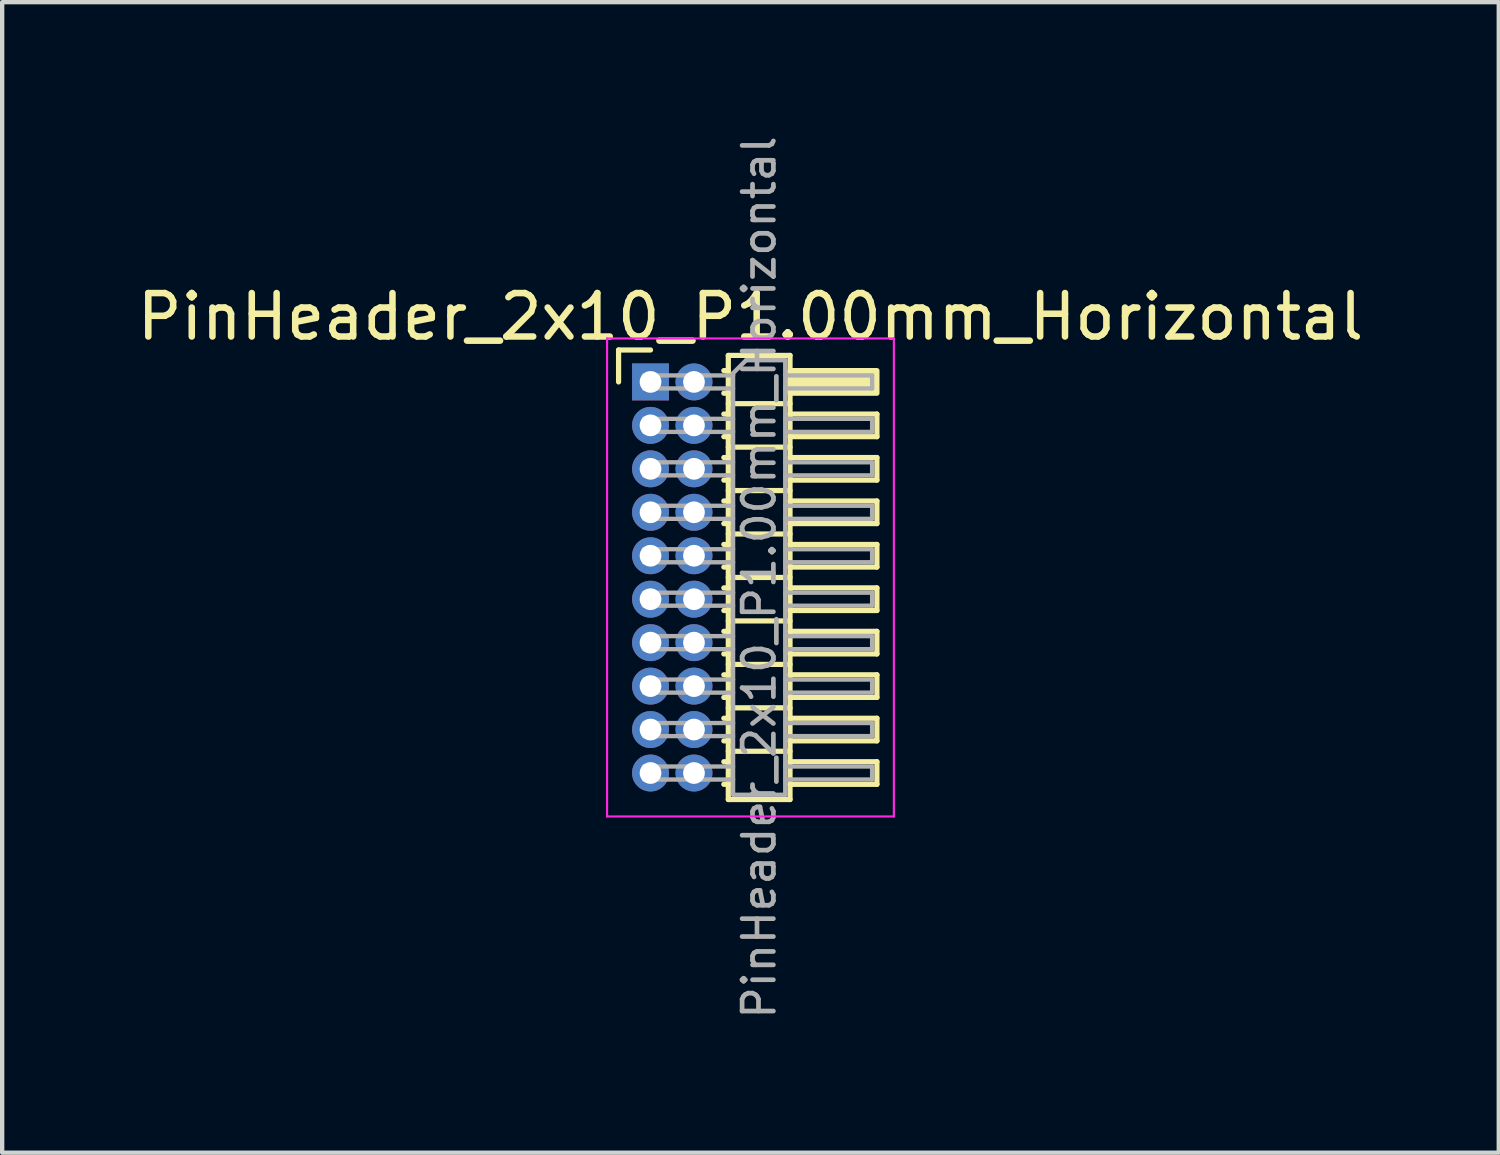
<source format=kicad_pcb>
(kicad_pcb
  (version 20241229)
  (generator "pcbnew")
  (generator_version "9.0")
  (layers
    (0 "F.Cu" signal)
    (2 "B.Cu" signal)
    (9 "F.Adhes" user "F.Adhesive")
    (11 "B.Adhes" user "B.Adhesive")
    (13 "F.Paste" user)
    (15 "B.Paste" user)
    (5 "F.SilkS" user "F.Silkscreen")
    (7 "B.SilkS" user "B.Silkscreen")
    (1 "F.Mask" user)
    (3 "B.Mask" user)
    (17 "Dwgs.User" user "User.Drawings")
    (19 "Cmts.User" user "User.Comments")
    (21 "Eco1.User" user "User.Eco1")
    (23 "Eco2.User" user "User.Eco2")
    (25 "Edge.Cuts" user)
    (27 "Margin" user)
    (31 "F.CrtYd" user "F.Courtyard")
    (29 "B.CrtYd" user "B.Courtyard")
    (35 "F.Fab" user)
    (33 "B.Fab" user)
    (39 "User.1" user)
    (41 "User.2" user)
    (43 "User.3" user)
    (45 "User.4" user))
  (footprint "PinHeader_2x10_P1.00mm_Horizontal"
    (layer "F.Cu")
    (at 11.92 5.739)
    (property "Reference" "PinHeader_2x10_P1.00mm_Horizontal" (at 2.3 -1.5 0) (layer "F.SilkS") (effects (font (size 1 1) (thickness 0.15))))
    (attr through_hole)
    (fp_line (start -0.735 -0.735) (end 0 -0.735) (stroke (width 0.12) (type solid)) (layer "F.SilkS"))
    (fp_line (start -0.735 0) (end -0.735 -0.735) (stroke (width 0.12) (type solid)) (layer "F.SilkS"))
    (fp_line (start 1.687 -0.26) (end 1.79 -0.26) (stroke (width 0.12) (type solid)) (layer "F.SilkS"))
    (fp_line (start 1.687 0.26) (end 1.79 0.26) (stroke (width 0.12) (type solid)) (layer "F.SilkS"))
    (fp_line (start 1.687 0.74) (end 1.79 0.74) (stroke (width 0.12) (type solid)) (layer "F.SilkS"))
    (fp_line (start 1.687 1.26) (end 1.79 1.26) (stroke (width 0.12) (type solid)) (layer "F.SilkS"))
    (fp_line (start 1.687 1.74) (end 1.79 1.74) (stroke (width 0.12) (type solid)) (layer "F.SilkS"))
    (fp_line (start 1.687 2.26) (end 1.79 2.26) (stroke (width 0.12) (type solid)) (layer "F.SilkS"))
    (fp_line (start 1.687 2.74) (end 1.79 2.74) (stroke (width 0.12) (type solid)) (layer "F.SilkS"))
    (fp_line (start 1.687 3.26) (end 1.79 3.26) (stroke (width 0.12) (type solid)) (layer "F.SilkS"))
    (fp_line (start 1.687 3.74) (end 1.79 3.74) (stroke (width 0.12) (type solid)) (layer "F.SilkS"))
    (fp_line (start 1.687 4.26) (end 1.79 4.26) (stroke (width 0.12) (type solid)) (layer "F.SilkS"))
    (fp_line (start 1.687 4.74) (end 1.79 4.74) (stroke (width 0.12) (type solid)) (layer "F.SilkS"))
    (fp_line (start 1.687 5.26) (end 1.79 5.26) (stroke (width 0.12) (type solid)) (layer "F.SilkS"))
    (fp_line (start 1.687 5.74) (end 1.79 5.74) (stroke (width 0.12) (type solid)) (layer "F.SilkS"))
    (fp_line (start 1.687 6.26) (end 1.79 6.26) (stroke (width 0.12) (type solid)) (layer "F.SilkS"))
    (fp_line (start 1.687 6.74) (end 1.79 6.74) (stroke (width 0.12) (type solid)) (layer "F.SilkS"))
    (fp_line (start 1.687 7.26) (end 1.79 7.26) (stroke (width 0.12) (type solid)) (layer "F.SilkS"))
    (fp_line (start 1.687 7.74) (end 1.79 7.74) (stroke (width 0.12) (type solid)) (layer "F.SilkS"))
    (fp_line (start 1.687 8.26) (end 1.79 8.26) (stroke (width 0.12) (type solid)) (layer "F.SilkS"))
    (fp_line (start 1.687 8.74) (end 1.79 8.74) (stroke (width 0.12) (type solid)) (layer "F.SilkS"))
    (fp_line (start 1.687 9.26) (end 1.79 9.26) (stroke (width 0.12) (type solid)) (layer "F.SilkS"))
    (fp_line (start 1.79 -0.61) (end 1.79 9.61) (stroke (width 0.12) (type solid)) (layer "F.SilkS"))
    (fp_line (start 1.79 0.5) (end 3.21 0.5) (stroke (width 0.12) (type solid)) (layer "F.SilkS"))
    (fp_line (start 1.79 1.5) (end 3.21 1.5) (stroke (width 0.12) (type solid)) (layer "F.SilkS"))
    (fp_line (start 1.79 2.5) (end 3.21 2.5) (stroke (width 0.12) (type solid)) (layer "F.SilkS"))
    (fp_line (start 1.79 3.5) (end 3.21 3.5) (stroke (width 0.12) (type solid)) (layer "F.SilkS"))
    (fp_line (start 1.79 4.5) (end 3.21 4.5) (stroke (width 0.12) (type solid)) (layer "F.SilkS"))
    (fp_line (start 1.79 5.5) (end 3.21 5.5) (stroke (width 0.12) (type solid)) (layer "F.SilkS"))
    (fp_line (start 1.79 6.5) (end 3.21 6.5) (stroke (width 0.12) (type solid)) (layer "F.SilkS"))
    (fp_line (start 1.79 7.5) (end 3.21 7.5) (stroke (width 0.12) (type solid)) (layer "F.SilkS"))
    (fp_line (start 1.79 8.5) (end 3.21 8.5) (stroke (width 0.12) (type solid)) (layer "F.SilkS"))
    (fp_line (start 1.79 9.61) (end 3.21 9.61) (stroke (width 0.12) (type solid)) (layer "F.SilkS"))
    (fp_line (start 3.21 -0.61) (end 1.79 -0.61) (stroke (width 0.12) (type solid)) (layer "F.SilkS"))
    (fp_line (start 3.21 0.74) (end 5.21 0.74) (stroke (width 0.12) (type solid)) (layer "F.SilkS"))
    (fp_line (start 3.21 1.74) (end 5.21 1.74) (stroke (width 0.12) (type solid)) (layer "F.SilkS"))
    (fp_line (start 3.21 2.74) (end 5.21 2.74) (stroke (width 0.12) (type solid)) (layer "F.SilkS"))
    (fp_line (start 3.21 3.74) (end 5.21 3.74) (stroke (width 0.12) (type solid)) (layer "F.SilkS"))
    (fp_line (start 3.21 4.74) (end 5.21 4.74) (stroke (width 0.12) (type solid)) (layer "F.SilkS"))
    (fp_line (start 3.21 5.74) (end 5.21 5.74) (stroke (width 0.12) (type solid)) (layer "F.SilkS"))
    (fp_line (start 3.21 6.74) (end 5.21 6.74) (stroke (width 0.12) (type solid)) (layer "F.SilkS"))
    (fp_line (start 3.21 7.74) (end 5.21 7.74) (stroke (width 0.12) (type solid)) (layer "F.SilkS"))
    (fp_line (start 3.21 8.74) (end 5.21 8.74) (stroke (width 0.12) (type solid)) (layer "F.SilkS"))
    (fp_line (start 3.21 9.61) (end 3.21 -0.61) (stroke (width 0.12) (type solid)) (layer "F.SilkS"))
    (fp_line (start 5.21 0.74) (end 5.21 1.26) (stroke (width 0.12) (type solid)) (layer "F.SilkS"))
    (fp_line (start 5.21 1.26) (end 3.21 1.26) (stroke (width 0.12) (type solid)) (layer "F.SilkS"))
    (fp_line (start 5.21 1.74) (end 5.21 2.26) (stroke (width 0.12) (type solid)) (layer "F.SilkS"))
    (fp_line (start 5.21 2.26) (end 3.21 2.26) (stroke (width 0.12) (type solid)) (layer "F.SilkS"))
    (fp_line (start 5.21 2.74) (end 5.21 3.26) (stroke (width 0.12) (type solid)) (layer "F.SilkS"))
    (fp_line (start 5.21 3.26) (end 3.21 3.26) (stroke (width 0.12) (type solid)) (layer "F.SilkS"))
    (fp_line (start 5.21 3.74) (end 5.21 4.26) (stroke (width 0.12) (type solid)) (layer "F.SilkS"))
    (fp_line (start 5.21 4.26) (end 3.21 4.26) (stroke (width 0.12) (type solid)) (layer "F.SilkS"))
    (fp_line (start 5.21 4.74) (end 5.21 5.26) (stroke (width 0.12) (type solid)) (layer "F.SilkS"))
    (fp_line (start 5.21 5.26) (end 3.21 5.26) (stroke (width 0.12) (type solid)) (layer "F.SilkS"))
    (fp_line (start 5.21 5.74) (end 5.21 6.26) (stroke (width 0.12) (type solid)) (layer "F.SilkS"))
    (fp_line (start 5.21 6.26) (end 3.21 6.26) (stroke (width 0.12) (type solid)) (layer "F.SilkS"))
    (fp_line (start 5.21 6.74) (end 5.21 7.26) (stroke (width 0.12) (type solid)) (layer "F.SilkS"))
    (fp_line (start 5.21 7.26) (end 3.21 7.26) (stroke (width 0.12) (type solid)) (layer "F.SilkS"))
    (fp_line (start 5.21 7.74) (end 5.21 8.26) (stroke (width 0.12) (type solid)) (layer "F.SilkS"))
    (fp_line (start 5.21 8.26) (end 3.21 8.26) (stroke (width 0.12) (type solid)) (layer "F.SilkS"))
    (fp_line (start 5.21 8.74) (end 5.21 9.26) (stroke (width 0.12) (type solid)) (layer "F.SilkS"))
    (fp_line (start 5.21 9.26) (end 3.21 9.26) (stroke (width 0.12) (type solid)) (layer "F.SilkS"))
    (fp_rect (start 3.21 -0.26) (end 5.21 0.26) (stroke (width 0.12) (type solid)) (fill yes) (layer "F.SilkS"))
    (fp_line (start -1 -1) (end -1 10) (stroke (width 0.05) (type solid)) (layer "F.CrtYd"))
    (fp_line (start -1 10) (end 5.6 10) (stroke (width 0.05) (type solid)) (layer "F.CrtYd"))
    (fp_line (start 5.6 -1) (end -1 -1) (stroke (width 0.05) (type solid)) (layer "F.CrtYd"))
    (fp_line (start 5.6 10) (end 5.6 -1) (stroke (width 0.05) (type solid)) (layer "F.CrtYd"))
    (fp_line (start -0.15 -0.15) (end -0.15 0.15) (stroke (width 0.1) (type solid)) (layer "F.Fab"))
    (fp_line (start -0.15 -0.15) (end 1.9 -0.15) (stroke (width 0.1) (type solid)) (layer "F.Fab"))
    (fp_line (start -0.15 0.15) (end 1.9 0.15) (stroke (width 0.1) (type solid)) (layer "F.Fab"))
    (fp_line (start -0.15 0.85) (end -0.15 1.15) (stroke (width 0.1) (type solid)) (layer "F.Fab"))
    (fp_line (start -0.15 0.85) (end 1.9 0.85) (stroke (width 0.1) (type solid)) (layer "F.Fab"))
    (fp_line (start -0.15 1.15) (end 1.9 1.15) (stroke (width 0.1) (type solid)) (layer "F.Fab"))
    (fp_line (start -0.15 1.85) (end -0.15 2.15) (stroke (width 0.1) (type solid)) (layer "F.Fab"))
    (fp_line (start -0.15 1.85) (end 1.9 1.85) (stroke (width 0.1) (type solid)) (layer "F.Fab"))
    (fp_line (start -0.15 2.15) (end 1.9 2.15) (stroke (width 0.1) (type solid)) (layer "F.Fab"))
    (fp_line (start -0.15 2.85) (end -0.15 3.15) (stroke (width 0.1) (type solid)) (layer "F.Fab"))
    (fp_line (start -0.15 2.85) (end 1.9 2.85) (stroke (width 0.1) (type solid)) (layer "F.Fab"))
    (fp_line (start -0.15 3.15) (end 1.9 3.15) (stroke (width 0.1) (type solid)) (layer "F.Fab"))
    (fp_line (start -0.15 3.85) (end -0.15 4.15) (stroke (width 0.1) (type solid)) (layer "F.Fab"))
    (fp_line (start -0.15 3.85) (end 1.9 3.85) (stroke (width 0.1) (type solid)) (layer "F.Fab"))
    (fp_line (start -0.15 4.15) (end 1.9 4.15) (stroke (width 0.1) (type solid)) (layer "F.Fab"))
    (fp_line (start -0.15 4.85) (end -0.15 5.15) (stroke (width 0.1) (type solid)) (layer "F.Fab"))
    (fp_line (start -0.15 4.85) (end 1.9 4.85) (stroke (width 0.1) (type solid)) (layer "F.Fab"))
    (fp_line (start -0.15 5.15) (end 1.9 5.15) (stroke (width 0.1) (type solid)) (layer "F.Fab"))
    (fp_line (start -0.15 5.85) (end -0.15 6.15) (stroke (width 0.1) (type solid)) (layer "F.Fab"))
    (fp_line (start -0.15 5.85) (end 1.9 5.85) (stroke (width 0.1) (type solid)) (layer "F.Fab"))
    (fp_line (start -0.15 6.15) (end 1.9 6.15) (stroke (width 0.1) (type solid)) (layer "F.Fab"))
    (fp_line (start -0.15 6.85) (end -0.15 7.15) (stroke (width 0.1) (type solid)) (layer "F.Fab"))
    (fp_line (start -0.15 6.85) (end 1.9 6.85) (stroke (width 0.1) (type solid)) (layer "F.Fab"))
    (fp_line (start -0.15 7.15) (end 1.9 7.15) (stroke (width 0.1) (type solid)) (layer "F.Fab"))
    (fp_line (start -0.15 7.85) (end -0.15 8.15) (stroke (width 0.1) (type solid)) (layer "F.Fab"))
    (fp_line (start -0.15 7.85) (end 1.9 7.85) (stroke (width 0.1) (type solid)) (layer "F.Fab"))
    (fp_line (start -0.15 8.15) (end 1.9 8.15) (stroke (width 0.1) (type solid)) (layer "F.Fab"))
    (fp_line (start -0.15 8.85) (end -0.15 9.15) (stroke (width 0.1) (type solid)) (layer "F.Fab"))
    (fp_line (start -0.15 8.85) (end 1.9 8.85) (stroke (width 0.1) (type solid)) (layer "F.Fab"))
    (fp_line (start -0.15 9.15) (end 1.9 9.15) (stroke (width 0.1) (type solid)) (layer "F.Fab"))
    (fp_line (start 1.9 -0.2) (end 2.2 -0.5) (stroke (width 0.1) (type solid)) (layer "F.Fab"))
    (fp_line (start 1.9 9.5) (end 1.9 -0.2) (stroke (width 0.1) (type solid)) (layer "F.Fab"))
    (fp_line (start 2.2 -0.5) (end 3.1 -0.5) (stroke (width 0.1) (type solid)) (layer "F.Fab"))
    (fp_line (start 3.1 -0.5) (end 3.1 9.5) (stroke (width 0.1) (type solid)) (layer "F.Fab"))
    (fp_line (start 3.1 -0.15) (end 5.1 -0.15) (stroke (width 0.1) (type solid)) (layer "F.Fab"))
    (fp_line (start 3.1 0.15) (end 5.1 0.15) (stroke (width 0.1) (type solid)) (layer "F.Fab"))
    (fp_line (start 3.1 0.85) (end 5.1 0.85) (stroke (width 0.1) (type solid)) (layer "F.Fab"))
    (fp_line (start 3.1 1.15) (end 5.1 1.15) (stroke (width 0.1) (type solid)) (layer "F.Fab"))
    (fp_line (start 3.1 1.85) (end 5.1 1.85) (stroke (width 0.1) (type solid)) (layer "F.Fab"))
    (fp_line (start 3.1 2.15) (end 5.1 2.15) (stroke (width 0.1) (type solid)) (layer "F.Fab"))
    (fp_line (start 3.1 2.85) (end 5.1 2.85) (stroke (width 0.1) (type solid)) (layer "F.Fab"))
    (fp_line (start 3.1 3.15) (end 5.1 3.15) (stroke (width 0.1) (type solid)) (layer "F.Fab"))
    (fp_line (start 3.1 3.85) (end 5.1 3.85) (stroke (width 0.1) (type solid)) (layer "F.Fab"))
    (fp_line (start 3.1 4.15) (end 5.1 4.15) (stroke (width 0.1) (type solid)) (layer "F.Fab"))
    (fp_line (start 3.1 4.85) (end 5.1 4.85) (stroke (width 0.1) (type solid)) (layer "F.Fab"))
    (fp_line (start 3.1 5.15) (end 5.1 5.15) (stroke (width 0.1) (type solid)) (layer "F.Fab"))
    (fp_line (start 3.1 5.85) (end 5.1 5.85) (stroke (width 0.1) (type solid)) (layer "F.Fab"))
    (fp_line (start 3.1 6.15) (end 5.1 6.15) (stroke (width 0.1) (type solid)) (layer "F.Fab"))
    (fp_line (start 3.1 6.85) (end 5.1 6.85) (stroke (width 0.1) (type solid)) (layer "F.Fab"))
    (fp_line (start 3.1 7.15) (end 5.1 7.15) (stroke (width 0.1) (type solid)) (layer "F.Fab"))
    (fp_line (start 3.1 7.85) (end 5.1 7.85) (stroke (width 0.1) (type solid)) (layer "F.Fab"))
    (fp_line (start 3.1 8.15) (end 5.1 8.15) (stroke (width 0.1) (type solid)) (layer "F.Fab"))
    (fp_line (start 3.1 8.85) (end 5.1 8.85) (stroke (width 0.1) (type solid)) (layer "F.Fab"))
    (fp_line (start 3.1 9.15) (end 5.1 9.15) (stroke (width 0.1) (type solid)) (layer "F.Fab"))
    (fp_line (start 3.1 9.5) (end 1.9 9.5) (stroke (width 0.1) (type solid)) (layer "F.Fab"))
    (fp_line (start 5.1 -0.15) (end 5.1 0.15) (stroke (width 0.1) (type solid)) (layer "F.Fab"))
    (fp_line (start 5.1 0.85) (end 5.1 1.15) (stroke (width 0.1) (type solid)) (layer "F.Fab"))
    (fp_line (start 5.1 1.85) (end 5.1 2.15) (stroke (width 0.1) (type solid)) (layer "F.Fab"))
    (fp_line (start 5.1 2.85) (end 5.1 3.15) (stroke (width 0.1) (type solid)) (layer "F.Fab"))
    (fp_line (start 5.1 3.85) (end 5.1 4.15) (stroke (width 0.1) (type solid)) (layer "F.Fab"))
    (fp_line (start 5.1 4.85) (end 5.1 5.15) (stroke (width 0.1) (type solid)) (layer "F.Fab"))
    (fp_line (start 5.1 5.85) (end 5.1 6.15) (stroke (width 0.1) (type solid)) (layer "F.Fab"))
    (fp_line (start 5.1 6.85) (end 5.1 7.15) (stroke (width 0.1) (type solid)) (layer "F.Fab"))
    (fp_line (start 5.1 7.85) (end 5.1 8.15) (stroke (width 0.1) (type solid)) (layer "F.Fab"))
    (fp_line (start 5.1 8.85) (end 5.1 9.15) (stroke (width 0.1) (type solid)) (layer "F.Fab"))
    (fp_text user "${REFERENCE}" (at 2.5 4.5 90) (layer "F.Fab") (effects (font (size 0.72 0.72) (thickness 0.108))))
    (pad "1" thru_hole rect (at 0 0) (size 0.85 0.85) (drill 0.5) (layers "*.Cu" "*.Mask"))
    (pad "2" thru_hole circle (at 1 0) (size 0.85 0.85) (drill 0.5) (layers "*.Cu" "*.Mask"))
    (pad "3" thru_hole circle (at 0 1) (size 0.85 0.85) (drill 0.5) (layers "*.Cu" "*.Mask"))
    (pad "4" thru_hole circle (at 1 1) (size 0.85 0.85) (drill 0.5) (layers "*.Cu" "*.Mask"))
    (pad "5" thru_hole circle (at 0 2) (size 0.85 0.85) (drill 0.5) (layers "*.Cu" "*.Mask"))
    (pad "6" thru_hole circle (at 1 2) (size 0.85 0.85) (drill 0.5) (layers "*.Cu" "*.Mask"))
    (pad "7" thru_hole circle (at 0 3) (size 0.85 0.85) (drill 0.5) (layers "*.Cu" "*.Mask"))
    (pad "8" thru_hole circle (at 1 3) (size 0.85 0.85) (drill 0.5) (layers "*.Cu" "*.Mask"))
    (pad "9" thru_hole circle (at 0 4) (size 0.85 0.85) (drill 0.5) (layers "*.Cu" "*.Mask"))
    (pad "10" thru_hole circle (at 1 4) (size 0.85 0.85) (drill 0.5) (layers "*.Cu" "*.Mask"))
    (pad "11" thru_hole circle (at 0 5) (size 0.85 0.85) (drill 0.5) (layers "*.Cu" "*.Mask"))
    (pad "12" thru_hole circle (at 1 5) (size 0.85 0.85) (drill 0.5) (layers "*.Cu" "*.Mask"))
    (pad "13" thru_hole circle (at 0 6) (size 0.85 0.85) (drill 0.5) (layers "*.Cu" "*.Mask"))
    (pad "14" thru_hole circle (at 1 6) (size 0.85 0.85) (drill 0.5) (layers "*.Cu" "*.Mask"))
    (pad "15" thru_hole circle (at 0 7) (size 0.85 0.85) (drill 0.5) (layers "*.Cu" "*.Mask"))
    (pad "16" thru_hole circle (at 1 7) (size 0.85 0.85) (drill 0.5) (layers "*.Cu" "*.Mask"))
    (pad "17" thru_hole circle (at 0 8) (size 0.85 0.85) (drill 0.5) (layers "*.Cu" "*.Mask"))
    (pad "18" thru_hole circle (at 1 8) (size 0.85 0.85) (drill 0.5) (layers "*.Cu" "*.Mask"))
    (pad "19" thru_hole circle (at 0 9) (size 0.85 0.85) (drill 0.5) (layers "*.Cu" "*.Mask"))
    (pad "20" thru_hole circle (at 1 9) (size 0.85 0.85) (drill 0.5) (layers "*.Cu" "*.Mask")))
  (gr_rect
    (start -3 -3)
    (end 31.44 23.477)
    (stroke (width 0.1) (type default))
    (fill no)
    (layer "Edge.Cuts")))
</source>
